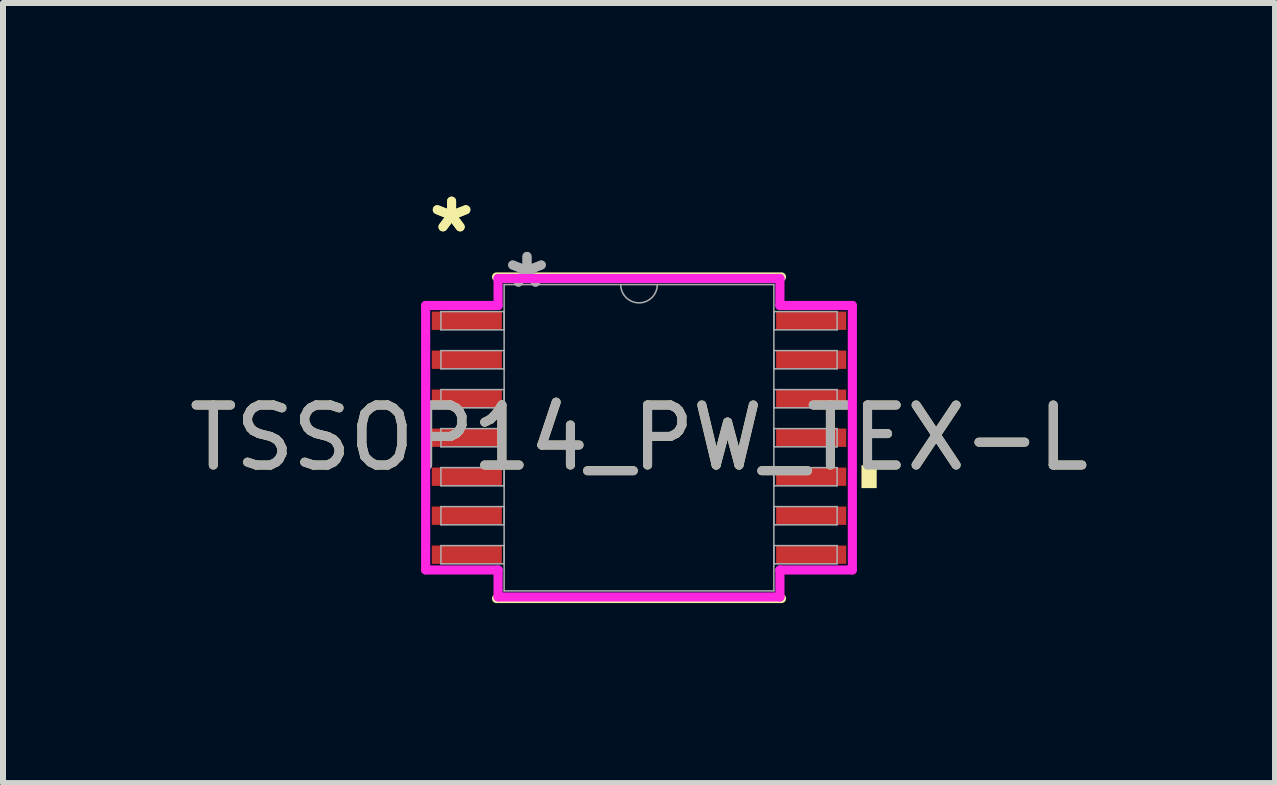
<source format=kicad_pcb>
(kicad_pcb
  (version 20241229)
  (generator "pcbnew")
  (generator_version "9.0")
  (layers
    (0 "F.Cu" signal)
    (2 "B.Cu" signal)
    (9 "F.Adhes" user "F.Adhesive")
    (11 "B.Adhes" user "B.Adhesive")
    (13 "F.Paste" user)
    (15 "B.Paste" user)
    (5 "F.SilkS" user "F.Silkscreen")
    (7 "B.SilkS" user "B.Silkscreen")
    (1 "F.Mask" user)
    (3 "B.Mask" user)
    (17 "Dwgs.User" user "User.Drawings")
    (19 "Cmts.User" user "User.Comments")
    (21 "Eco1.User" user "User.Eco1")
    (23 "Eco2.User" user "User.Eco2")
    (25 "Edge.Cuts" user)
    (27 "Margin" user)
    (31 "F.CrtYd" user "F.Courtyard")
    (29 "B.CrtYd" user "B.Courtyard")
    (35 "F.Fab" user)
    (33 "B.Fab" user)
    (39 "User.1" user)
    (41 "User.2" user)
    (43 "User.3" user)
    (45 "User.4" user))
  (footprint "TSSOP14_PW_TEX-L"
    (layer "F.Cu")
    (at 7.601 4.246)
    (property "Reference" "TSSOP14_PW_TEX-L" (at 0 0 0) (unlocked yes) (layer "F.SilkS") (effects (font (size 1 1) (thickness 0.15))))
    (attr smd)
    (fp_line (start -2.375 2.68) (end 2.375 2.68) (stroke (width 0.152) (type solid)) (layer "F.SilkS"))
    (fp_line (start 2.375 -2.68) (end -2.375 -2.68) (stroke (width 0.152) (type solid)) (layer "F.SilkS"))
    (fp_poly (pts (xy 3.962 0.459) (xy 3.962 0.84) (xy 3.708 0.84) (xy 3.708 0.459)) (stroke (width 0) (type solid)) (fill yes) (layer "F.SilkS"))
    (fp_line (start -3.556 -2.204) (end -2.349 -2.204) (stroke (width 0.152) (type solid)) (layer "F.CrtYd"))
    (fp_line (start -3.556 2.204) (end -3.556 -2.204) (stroke (width 0.152) (type solid)) (layer "F.CrtYd"))
    (fp_line (start -3.556 2.204) (end -2.349 2.204) (stroke (width 0.152) (type solid)) (layer "F.CrtYd"))
    (fp_line (start -2.349 -2.654) (end 2.349 -2.654) (stroke (width 0.152) (type solid)) (layer "F.CrtYd"))
    (fp_line (start -2.349 -2.204) (end -2.349 -2.654) (stroke (width 0.152) (type solid)) (layer "F.CrtYd"))
    (fp_line (start -2.349 2.654) (end -2.349 2.204) (stroke (width 0.152) (type solid)) (layer "F.CrtYd"))
    (fp_line (start 2.349 -2.654) (end 2.349 -2.204) (stroke (width 0.152) (type solid)) (layer "F.CrtYd"))
    (fp_line (start 2.349 2.204) (end 2.349 2.654) (stroke (width 0.152) (type solid)) (layer "F.CrtYd"))
    (fp_line (start 2.349 2.654) (end -2.349 2.654) (stroke (width 0.152) (type solid)) (layer "F.CrtYd"))
    (fp_line (start 3.556 -2.204) (end 2.349 -2.204) (stroke (width 0.152) (type solid)) (layer "F.CrtYd"))
    (fp_line (start 3.556 -2.204) (end 3.556 2.204) (stroke (width 0.152) (type solid)) (layer "F.CrtYd"))
    (fp_line (start 3.556 2.204) (end 2.349 2.204) (stroke (width 0.152) (type solid)) (layer "F.CrtYd"))
    (fp_line (start -3.302 -2.102) (end -3.302 -1.798) (stroke (width 0.025) (type solid)) (layer "F.Fab"))
    (fp_line (start -3.302 -1.798) (end -2.248 -1.798) (stroke (width 0.025) (type solid)) (layer "F.Fab"))
    (fp_line (start -3.302 -1.452) (end -3.302 -1.148) (stroke (width 0.025) (type solid)) (layer "F.Fab"))
    (fp_line (start -3.302 -1.148) (end -2.248 -1.148) (stroke (width 0.025) (type solid)) (layer "F.Fab"))
    (fp_line (start -3.302 -0.802) (end -3.302 -0.498) (stroke (width 0.025) (type solid)) (layer "F.Fab"))
    (fp_line (start -3.302 -0.498) (end -2.248 -0.498) (stroke (width 0.025) (type solid)) (layer "F.Fab"))
    (fp_line (start -3.302 -0.152) (end -3.302 0.152) (stroke (width 0.025) (type solid)) (layer "F.Fab"))
    (fp_line (start -3.302 0.152) (end -2.248 0.152) (stroke (width 0.025) (type solid)) (layer "F.Fab"))
    (fp_line (start -3.302 0.498) (end -3.302 0.802) (stroke (width 0.025) (type solid)) (layer "F.Fab"))
    (fp_line (start -3.302 0.802) (end -2.248 0.802) (stroke (width 0.025) (type solid)) (layer "F.Fab"))
    (fp_line (start -3.302 1.148) (end -3.302 1.452) (stroke (width 0.025) (type solid)) (layer "F.Fab"))
    (fp_line (start -3.302 1.452) (end -2.248 1.452) (stroke (width 0.025) (type solid)) (layer "F.Fab"))
    (fp_line (start -3.302 1.798) (end -3.302 2.102) (stroke (width 0.025) (type solid)) (layer "F.Fab"))
    (fp_line (start -3.302 2.102) (end -2.248 2.102) (stroke (width 0.025) (type solid)) (layer "F.Fab"))
    (fp_line (start -2.248 -2.553) (end -2.248 2.553) (stroke (width 0.025) (type solid)) (layer "F.Fab"))
    (fp_line (start -2.248 -2.102) (end -3.302 -2.102) (stroke (width 0.025) (type solid)) (layer "F.Fab"))
    (fp_line (start -2.248 -1.798) (end -2.248 -2.102) (stroke (width 0.025) (type solid)) (layer "F.Fab"))
    (fp_line (start -2.248 -1.452) (end -3.302 -1.452) (stroke (width 0.025) (type solid)) (layer "F.Fab"))
    (fp_line (start -2.248 -1.148) (end -2.248 -1.452) (stroke (width 0.025) (type solid)) (layer "F.Fab"))
    (fp_line (start -2.248 -0.802) (end -3.302 -0.802) (stroke (width 0.025) (type solid)) (layer "F.Fab"))
    (fp_line (start -2.248 -0.498) (end -2.248 -0.802) (stroke (width 0.025) (type solid)) (layer "F.Fab"))
    (fp_line (start -2.248 -0.152) (end -3.302 -0.152) (stroke (width 0.025) (type solid)) (layer "F.Fab"))
    (fp_line (start -2.248 0.152) (end -2.248 -0.152) (stroke (width 0.025) (type solid)) (layer "F.Fab"))
    (fp_line (start -2.248 0.498) (end -3.302 0.498) (stroke (width 0.025) (type solid)) (layer "F.Fab"))
    (fp_line (start -2.248 0.802) (end -2.248 0.498) (stroke (width 0.025) (type solid)) (layer "F.Fab"))
    (fp_line (start -2.248 1.148) (end -3.302 1.148) (stroke (width 0.025) (type solid)) (layer "F.Fab"))
    (fp_line (start -2.248 1.452) (end -2.248 1.148) (stroke (width 0.025) (type solid)) (layer "F.Fab"))
    (fp_line (start -2.248 1.798) (end -3.302 1.798) (stroke (width 0.025) (type solid)) (layer "F.Fab"))
    (fp_line (start -2.248 2.102) (end -2.248 1.798) (stroke (width 0.025) (type solid)) (layer "F.Fab"))
    (fp_line (start -2.248 2.553) (end 2.248 2.553) (stroke (width 0.025) (type solid)) (layer "F.Fab"))
    (fp_line (start 2.248 -2.553) (end -2.248 -2.553) (stroke (width 0.025) (type solid)) (layer "F.Fab"))
    (fp_line (start 2.248 -2.102) (end 2.248 -1.798) (stroke (width 0.025) (type solid)) (layer "F.Fab"))
    (fp_line (start 2.248 -1.798) (end 3.302 -1.798) (stroke (width 0.025) (type solid)) (layer "F.Fab"))
    (fp_line (start 2.248 -1.452) (end 2.248 -1.148) (stroke (width 0.025) (type solid)) (layer "F.Fab"))
    (fp_line (start 2.248 -1.148) (end 3.302 -1.148) (stroke (width 0.025) (type solid)) (layer "F.Fab"))
    (fp_line (start 2.248 -0.802) (end 2.248 -0.498) (stroke (width 0.025) (type solid)) (layer "F.Fab"))
    (fp_line (start 2.248 -0.498) (end 3.302 -0.498) (stroke (width 0.025) (type solid)) (layer "F.Fab"))
    (fp_line (start 2.248 -0.152) (end 2.248 0.152) (stroke (width 0.025) (type solid)) (layer "F.Fab"))
    (fp_line (start 2.248 0.152) (end 3.302 0.152) (stroke (width 0.025) (type solid)) (layer "F.Fab"))
    (fp_line (start 2.248 0.498) (end 2.248 0.802) (stroke (width 0.025) (type solid)) (layer "F.Fab"))
    (fp_line (start 2.248 0.802) (end 3.302 0.802) (stroke (width 0.025) (type solid)) (layer "F.Fab"))
    (fp_line (start 2.248 1.148) (end 2.248 1.452) (stroke (width 0.025) (type solid)) (layer "F.Fab"))
    (fp_line (start 2.248 1.452) (end 3.302 1.452) (stroke (width 0.025) (type solid)) (layer "F.Fab"))
    (fp_line (start 2.248 1.798) (end 2.248 2.102) (stroke (width 0.025) (type solid)) (layer "F.Fab"))
    (fp_line (start 2.248 2.102) (end 3.302 2.102) (stroke (width 0.025) (type solid)) (layer "F.Fab"))
    (fp_line (start 2.248 2.553) (end 2.248 -2.553) (stroke (width 0.025) (type solid)) (layer "F.Fab"))
    (fp_line (start 3.302 -2.102) (end 2.248 -2.102) (stroke (width 0.025) (type solid)) (layer "F.Fab"))
    (fp_line (start 3.302 -1.798) (end 3.302 -2.102) (stroke (width 0.025) (type solid)) (layer "F.Fab"))
    (fp_line (start 3.302 -1.452) (end 2.248 -1.452) (stroke (width 0.025) (type solid)) (layer "F.Fab"))
    (fp_line (start 3.302 -1.148) (end 3.302 -1.452) (stroke (width 0.025) (type solid)) (layer "F.Fab"))
    (fp_line (start 3.302 -0.802) (end 2.248 -0.802) (stroke (width 0.025) (type solid)) (layer "F.Fab"))
    (fp_line (start 3.302 -0.498) (end 3.302 -0.802) (stroke (width 0.025) (type solid)) (layer "F.Fab"))
    (fp_line (start 3.302 -0.152) (end 2.248 -0.152) (stroke (width 0.025) (type solid)) (layer "F.Fab"))
    (fp_line (start 3.302 0.152) (end 3.302 -0.152) (stroke (width 0.025) (type solid)) (layer "F.Fab"))
    (fp_line (start 3.302 0.498) (end 2.248 0.498) (stroke (width 0.025) (type solid)) (layer "F.Fab"))
    (fp_line (start 3.302 0.802) (end 3.302 0.498) (stroke (width 0.025) (type solid)) (layer "F.Fab"))
    (fp_line (start 3.302 1.148) (end 2.248 1.148) (stroke (width 0.025) (type solid)) (layer "F.Fab"))
    (fp_line (start 3.302 1.452) (end 3.302 1.148) (stroke (width 0.025) (type solid)) (layer "F.Fab"))
    (fp_line (start 3.302 1.798) (end 2.248 1.798) (stroke (width 0.025) (type solid)) (layer "F.Fab"))
    (fp_line (start 3.302 2.102) (end 3.302 1.798) (stroke (width 0.025) (type solid)) (layer "F.Fab"))
    (fp_arc (start 0.3048 -2.5527) (mid 0 -2.2479) (end -0.3048 -2.5527) (stroke (width 0.0254) (type solid)) (layer "F.Fab"))
    (fp_text user "*" (at -3.124 -3.398 0) (layer "F.SilkS") (effects (font (size 1 1) (thickness 0.15))))
    (fp_text user "*" (at -3.124 -3.398 0) (unlocked yes) (layer "F.SilkS") (effects (font (size 1 1) (thickness 0.15))))
    (fp_text user "${REFERENCE}" (at 0 0 0) (unlocked yes) (layer "F.Fab") (effects (font (size 1 1) (thickness 0.15))))
    (fp_text user "*" (at -1.867 -2.477 0) (layer "F.Fab") (effects (font (size 1 1) (thickness 0.15))))
    (fp_text user "*" (at -1.867 -2.477 0) (unlocked yes) (layer "F.Fab") (effects (font (size 1 1) (thickness 0.15))))
    (pad "1" smd rect (at -2.87 -1.95) (size 1.168 0.305) (layers "F.Cu" "F.Mask" "F.Paste"))
    (pad "2" smd rect (at -2.87 -1.3) (size 1.168 0.305) (layers "F.Cu" "F.Mask" "F.Paste"))
    (pad "3" smd rect (at -2.87 -0.65) (size 1.168 0.305) (layers "F.Cu" "F.Mask" "F.Paste"))
    (pad "4" smd rect (at -2.87 0) (size 1.168 0.305) (layers "F.Cu" "F.Mask" "F.Paste"))
    (pad "5" smd rect (at -2.87 0.65) (size 1.168 0.305) (layers "F.Cu" "F.Mask" "F.Paste"))
    (pad "6" smd rect (at -2.87 1.3) (size 1.168 0.305) (layers "F.Cu" "F.Mask" "F.Paste"))
    (pad "7" smd rect (at -2.87 1.95) (size 1.168 0.305) (layers "F.Cu" "F.Mask" "F.Paste"))
    (pad "8" smd rect (at 2.87 1.95) (size 1.168 0.305) (layers "F.Cu" "F.Mask" "F.Paste"))
    (pad "9" smd rect (at 2.87 1.3) (size 1.168 0.305) (layers "F.Cu" "F.Mask" "F.Paste"))
    (pad "10" smd rect (at 2.87 0.65) (size 1.168 0.305) (layers "F.Cu" "F.Mask" "F.Paste"))
    (pad "11" smd rect (at 2.87 0) (size 1.168 0.305) (layers "F.Cu" "F.Mask" "F.Paste"))
    (pad "12" smd rect (at 2.87 -0.65) (size 1.168 0.305) (layers "F.Cu" "F.Mask" "F.Paste"))
    (pad "13" smd rect (at 2.87 -1.3) (size 1.168 0.305) (layers "F.Cu" "F.Mask" "F.Paste"))
    (pad "14" smd rect (at 2.87 -1.95) (size 1.168 0.305) (layers "F.Cu" "F.Mask" "F.Paste")))
  (gr_rect
    (start -3 -3)
    (end 18.202 10.002)
    (stroke (width 0.1) (type default))
    (fill no)
    (layer "Edge.Cuts")))
</source>
